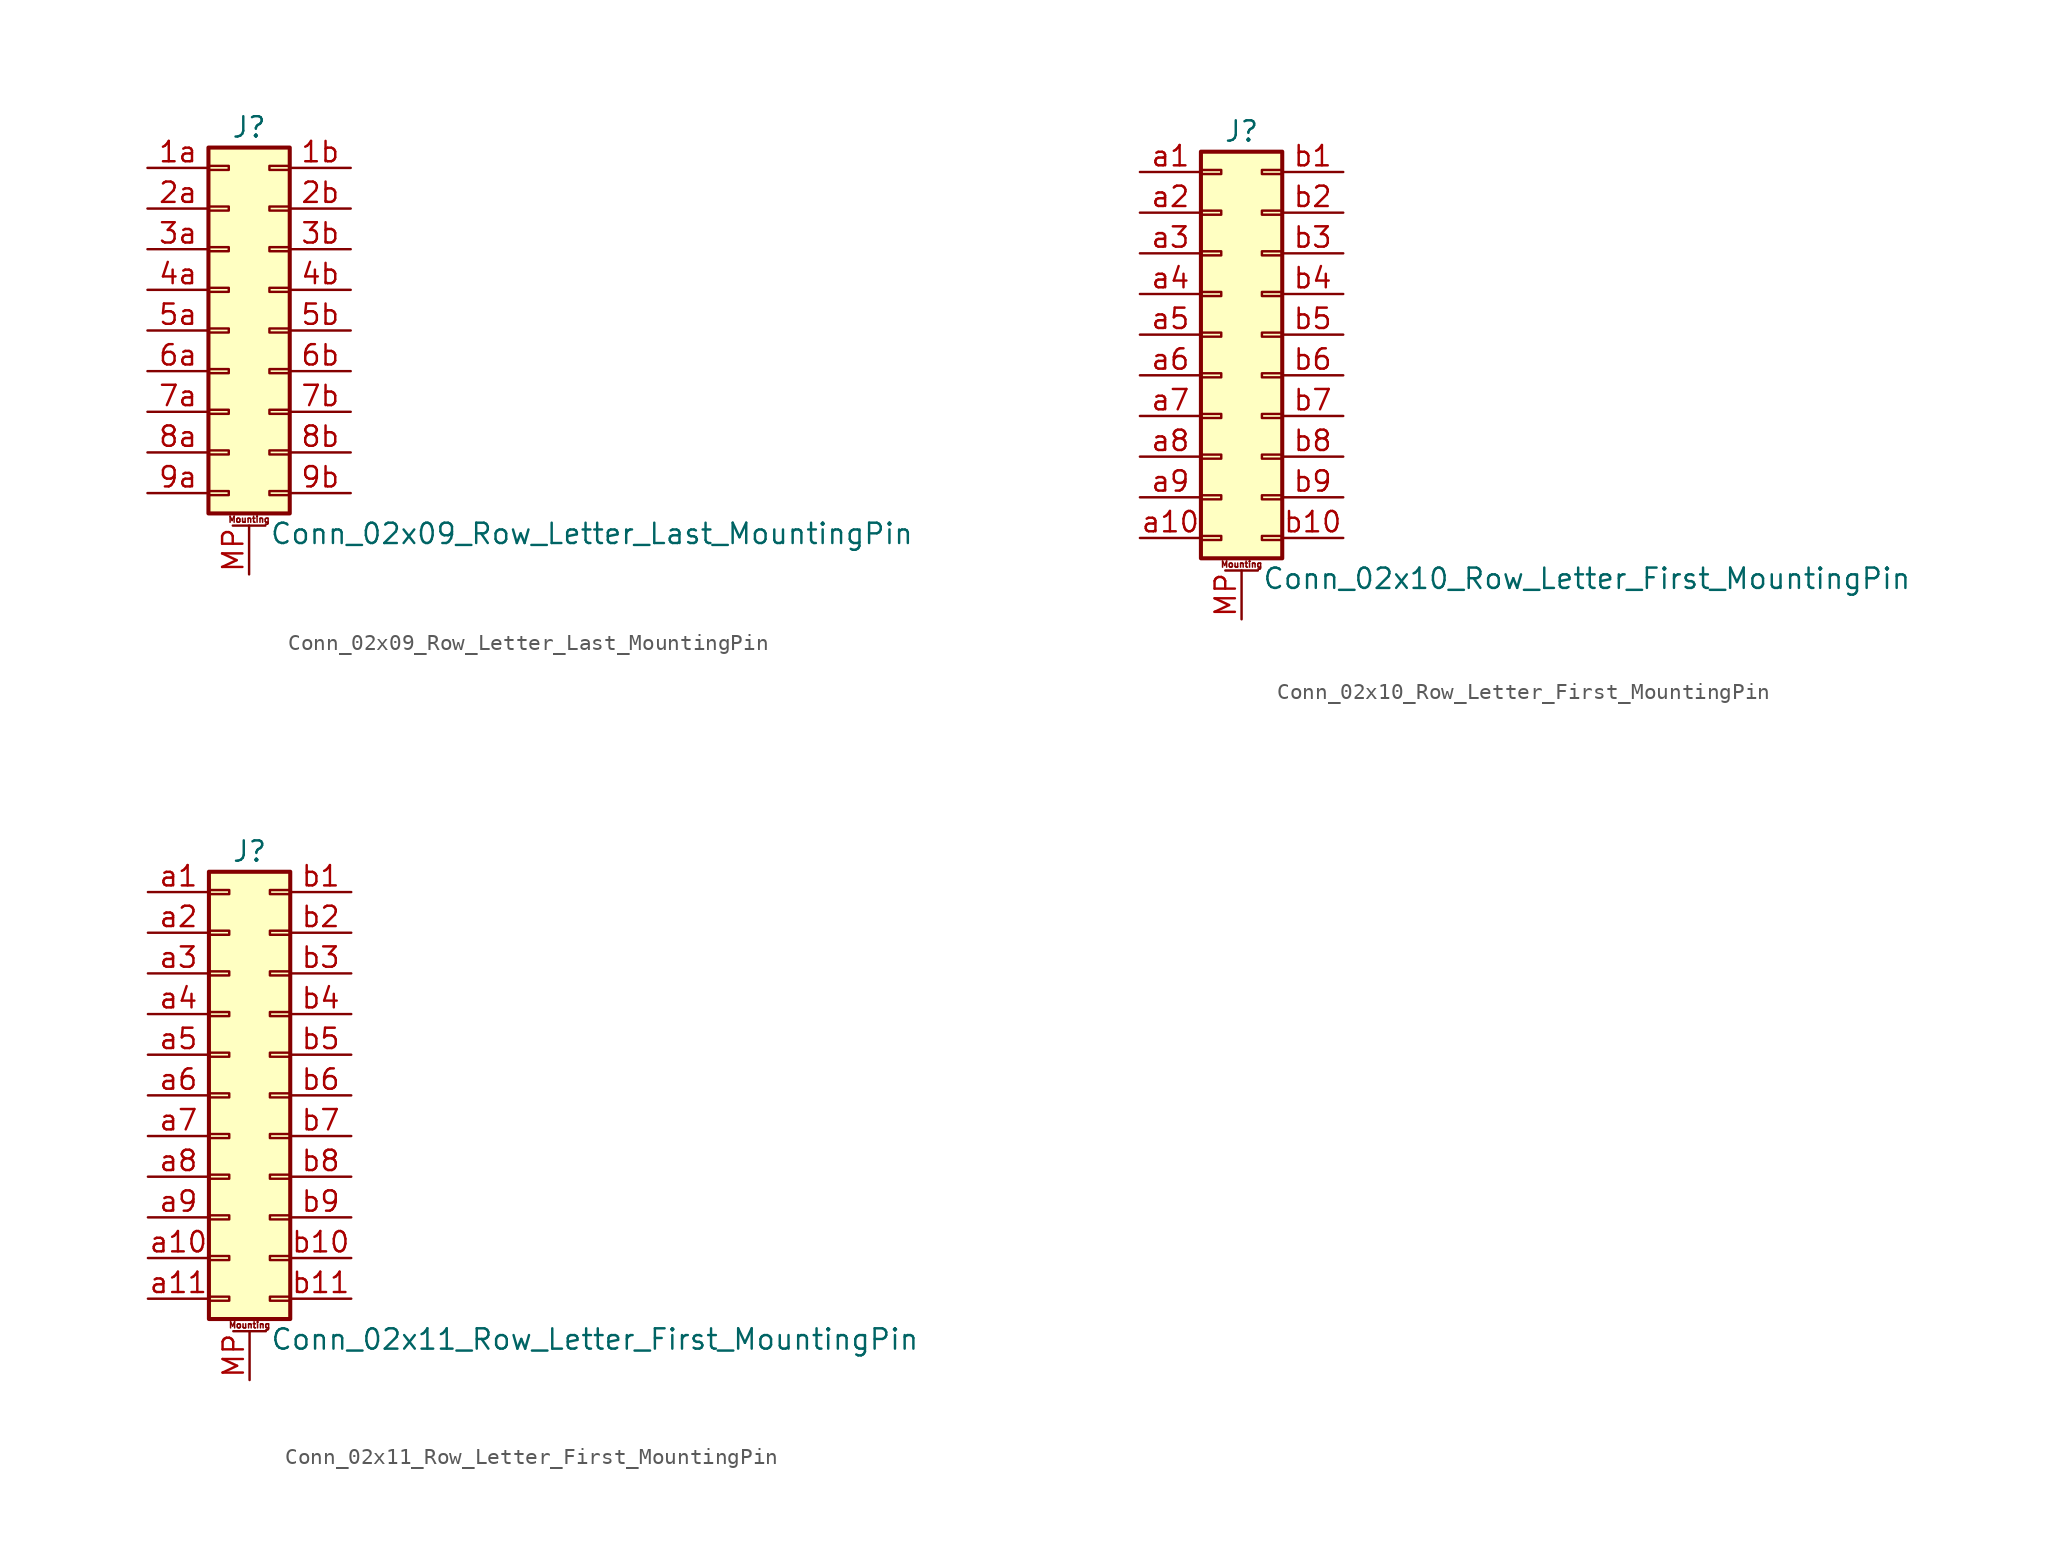
<source format=kicad_sym>
(kicad_symbol_lib
  (version 20201005)
  (generator kicad_symbol_editor)
  (symbol "Conn_02x09_Row_Letter_Last_MountingPin"
    (pin_names
      (offset 1.016) hide)
    (property "Reference" "J"
      (at 1.27 12.7 0)
      (effects (font (size 1.27 1.27))))
    (property "Value" "Conn_02x09_Row_Letter_Last_MountingPin"
      (at 2.54 -12.7 0)
      (effects (font (size 1.27 1.27)) (justify left)))
    (symbol "Conn_02x09_Row_Letter_Last_MountingPin_1_1"
      (text "Mounting" (at 1.27 -11.811 0) (effects (font (size 0.381 0.381))))
      (rectangle (start -1.27 -10.033) (end 0 -10.287) (stroke (width 0.152)) (fill (type none)))
      (rectangle (start -1.27 -7.493) (end 0 -7.747) (stroke (width 0.152)) (fill (type none)))
      (rectangle (start -1.27 -4.953) (end 0 -5.207) (stroke (width 0.152)) (fill (type none)))
      (rectangle (start -1.27 -2.413) (end 0 -2.667) (stroke (width 0.152)) (fill (type none)))
      (rectangle (start -1.27 0.127) (end 0 -0.127) (stroke (width 0.152)) (fill (type none)))
      (rectangle (start -1.27 2.667) (end 0 2.413) (stroke (width 0.152)) (fill (type none)))
      (rectangle (start -1.27 5.207) (end 0 4.953) (stroke (width 0.152)) (fill (type none)))
      (rectangle (start -1.27 7.747) (end 0 7.493) (stroke (width 0.152)) (fill (type none)))
      (rectangle (start -1.27 10.287) (end 0 10.033) (stroke (width 0.152)) (fill (type none)))
      (rectangle (start -1.27 11.43) (end 3.81 -11.43) (stroke (width 0.254)) (fill (type background)))
      (rectangle (start 3.81 -10.033) (end 2.54 -10.287) (stroke (width 0.152)) (fill (type none)))
      (rectangle (start 3.81 -7.493) (end 2.54 -7.747) (stroke (width 0.152)) (fill (type none)))
      (rectangle (start 3.81 -4.953) (end 2.54 -5.207) (stroke (width 0.152)) (fill (type none)))
      (rectangle (start 3.81 -2.413) (end 2.54 -2.667) (stroke (width 0.152)) (fill (type none)))
      (rectangle (start 3.81 0.127) (end 2.54 -0.127) (stroke (width 0.152)) (fill (type none)))
      (rectangle (start 3.81 2.667) (end 2.54 2.413) (stroke (width 0.152)) (fill (type none)))
      (rectangle (start 3.81 5.207) (end 2.54 4.953) (stroke (width 0.152)) (fill (type none)))
      (rectangle (start 3.81 7.747) (end 2.54 7.493) (stroke (width 0.152)) (fill (type none)))
      (rectangle (start 3.81 10.287) (end 2.54 10.033) (stroke (width 0.152)) (fill (type none)))
      (polyline (pts (xy 0.254 -12.192) (xy 2.286 -12.192)) (stroke (width 0.152)) (fill (type none)))
      (pin passive line (at -5.08 10.16 0) (length 3.81) (name "Pin_1a" (effects (font (size 1.27 1.27)))) (number "1a" (effects (font (size 1.27 1.27)))))
      (pin passive line (at 7.62 10.16 180) (length 3.81) (name "Pin_1b" (effects (font (size 1.27 1.27)))) (number "1b" (effects (font (size 1.27 1.27)))))
      (pin passive line (at -5.08 7.62 0) (length 3.81) (name "Pin_2a" (effects (font (size 1.27 1.27)))) (number "2a" (effects (font (size 1.27 1.27)))))
      (pin passive line (at 7.62 7.62 180) (length 3.81) (name "Pin_2b" (effects (font (size 1.27 1.27)))) (number "2b" (effects (font (size 1.27 1.27)))))
      (pin passive line (at -5.08 5.08 0) (length 3.81) (name "Pin_3a" (effects (font (size 1.27 1.27)))) (number "3a" (effects (font (size 1.27 1.27)))))
      (pin passive line (at 7.62 5.08 180) (length 3.81) (name "Pin_3b" (effects (font (size 1.27 1.27)))) (number "3b" (effects (font (size 1.27 1.27)))))
      (pin passive line (at -5.08 2.54 0) (length 3.81) (name "Pin_4a" (effects (font (size 1.27 1.27)))) (number "4a" (effects (font (size 1.27 1.27)))))
      (pin passive line (at 7.62 2.54 180) (length 3.81) (name "Pin_4b" (effects (font (size 1.27 1.27)))) (number "4b" (effects (font (size 1.27 1.27)))))
      (pin passive line (at -5.08 0 0) (length 3.81) (name "Pin_5a" (effects (font (size 1.27 1.27)))) (number "5a" (effects (font (size 1.27 1.27)))))
      (pin passive line (at 7.62 0 180) (length 3.81) (name "Pin_5b" (effects (font (size 1.27 1.27)))) (number "5b" (effects (font (size 1.27 1.27)))))
      (pin passive line (at -5.08 -2.54 0) (length 3.81) (name "Pin_6a" (effects (font (size 1.27 1.27)))) (number "6a" (effects (font (size 1.27 1.27)))))
      (pin passive line (at 7.62 -2.54 180) (length 3.81) (name "Pin_6b" (effects (font (size 1.27 1.27)))) (number "6b" (effects (font (size 1.27 1.27)))))
      (pin passive line (at -5.08 -5.08 0) (length 3.81) (name "Pin_7a" (effects (font (size 1.27 1.27)))) (number "7a" (effects (font (size 1.27 1.27)))))
      (pin passive line (at 7.62 -5.08 180) (length 3.81) (name "Pin_7b" (effects (font (size 1.27 1.27)))) (number "7b" (effects (font (size 1.27 1.27)))))
      (pin passive line (at -5.08 -7.62 0) (length 3.81) (name "Pin_8a" (effects (font (size 1.27 1.27)))) (number "8a" (effects (font (size 1.27 1.27)))))
      (pin passive line (at 7.62 -7.62 180) (length 3.81) (name "Pin_8b" (effects (font (size 1.27 1.27)))) (number "8b" (effects (font (size 1.27 1.27)))))
      (pin passive line (at -5.08 -10.16 0) (length 3.81) (name "Pin_9a" (effects (font (size 1.27 1.27)))) (number "9a" (effects (font (size 1.27 1.27)))))
      (pin passive line (at 7.62 -10.16 180) (length 3.81) (name "Pin_9b" (effects (font (size 1.27 1.27)))) (number "9b" (effects (font (size 1.27 1.27)))))
      (pin passive line (at 1.27 -15.24 90) (length 3.048) (name "MountPin" (effects (font (size 1.27 1.27)))) (number "MP" (effects (font (size 1.27 1.27)))))))
  (symbol "Conn_02x10_Row_Letter_First_MountingPin"
    (pin_names
      (offset 1.016) hide)
    (property "Reference" "J"
      (at 1.27 12.7 0)
      (effects (font (size 1.27 1.27))))
    (property "Value" "Conn_02x10_Row_Letter_First_MountingPin"
      (at 2.54 -15.24 0)
      (effects (font (size 1.27 1.27)) (justify left)))
    (symbol "Conn_02x10_Row_Letter_First_MountingPin_1_1"
      (text "Mounting" (at 1.27 -14.351 0) (effects (font (size 0.381 0.381))))
      (rectangle (start -1.27 -12.573) (end 0 -12.827) (stroke (width 0.152)) (fill (type none)))
      (rectangle (start -1.27 -10.033) (end 0 -10.287) (stroke (width 0.152)) (fill (type none)))
      (rectangle (start -1.27 -7.493) (end 0 -7.747) (stroke (width 0.152)) (fill (type none)))
      (rectangle (start -1.27 -4.953) (end 0 -5.207) (stroke (width 0.152)) (fill (type none)))
      (rectangle (start -1.27 -2.413) (end 0 -2.667) (stroke (width 0.152)) (fill (type none)))
      (rectangle (start -1.27 0.127) (end 0 -0.127) (stroke (width 0.152)) (fill (type none)))
      (rectangle (start -1.27 2.667) (end 0 2.413) (stroke (width 0.152)) (fill (type none)))
      (rectangle (start -1.27 5.207) (end 0 4.953) (stroke (width 0.152)) (fill (type none)))
      (rectangle (start -1.27 7.747) (end 0 7.493) (stroke (width 0.152)) (fill (type none)))
      (rectangle (start -1.27 10.287) (end 0 10.033) (stroke (width 0.152)) (fill (type none)))
      (rectangle (start -1.27 11.43) (end 3.81 -13.97) (stroke (width 0.254)) (fill (type background)))
      (rectangle (start 3.81 -12.573) (end 2.54 -12.827) (stroke (width 0.152)) (fill (type none)))
      (rectangle (start 3.81 -10.033) (end 2.54 -10.287) (stroke (width 0.152)) (fill (type none)))
      (rectangle (start 3.81 -7.493) (end 2.54 -7.747) (stroke (width 0.152)) (fill (type none)))
      (rectangle (start 3.81 -4.953) (end 2.54 -5.207) (stroke (width 0.152)) (fill (type none)))
      (rectangle (start 3.81 -2.413) (end 2.54 -2.667) (stroke (width 0.152)) (fill (type none)))
      (rectangle (start 3.81 0.127) (end 2.54 -0.127) (stroke (width 0.152)) (fill (type none)))
      (rectangle (start 3.81 2.667) (end 2.54 2.413) (stroke (width 0.152)) (fill (type none)))
      (rectangle (start 3.81 5.207) (end 2.54 4.953) (stroke (width 0.152)) (fill (type none)))
      (rectangle (start 3.81 7.747) (end 2.54 7.493) (stroke (width 0.152)) (fill (type none)))
      (rectangle (start 3.81 10.287) (end 2.54 10.033) (stroke (width 0.152)) (fill (type none)))
      (polyline (pts (xy 0.254 -14.732) (xy 2.286 -14.732)) (stroke (width 0.152)) (fill (type none)))
      (pin passive line (at 1.27 -17.78 90) (length 3.048) (name "MountPin" (effects (font (size 1.27 1.27)))) (number "MP" (effects (font (size 1.27 1.27)))))
      (pin passive line (at -5.08 10.16 0) (length 3.81) (name "Pin_a1" (effects (font (size 1.27 1.27)))) (number "a1" (effects (font (size 1.27 1.27)))))
      (pin passive line (at -5.08 -12.7 0) (length 3.81) (name "Pin_a10" (effects (font (size 1.27 1.27)))) (number "a10" (effects (font (size 1.27 1.27)))))
      (pin passive line (at -5.08 7.62 0) (length 3.81) (name "Pin_a2" (effects (font (size 1.27 1.27)))) (number "a2" (effects (font (size 1.27 1.27)))))
      (pin passive line (at -5.08 5.08 0) (length 3.81) (name "Pin_a3" (effects (font (size 1.27 1.27)))) (number "a3" (effects (font (size 1.27 1.27)))))
      (pin passive line (at -5.08 2.54 0) (length 3.81) (name "Pin_a4" (effects (font (size 1.27 1.27)))) (number "a4" (effects (font (size 1.27 1.27)))))
      (pin passive line (at -5.08 0 0) (length 3.81) (name "Pin_a5" (effects (font (size 1.27 1.27)))) (number "a5" (effects (font (size 1.27 1.27)))))
      (pin passive line (at -5.08 -2.54 0) (length 3.81) (name "Pin_a6" (effects (font (size 1.27 1.27)))) (number "a6" (effects (font (size 1.27 1.27)))))
      (pin passive line (at -5.08 -5.08 0) (length 3.81) (name "Pin_a7" (effects (font (size 1.27 1.27)))) (number "a7" (effects (font (size 1.27 1.27)))))
      (pin passive line (at -5.08 -7.62 0) (length 3.81) (name "Pin_a8" (effects (font (size 1.27 1.27)))) (number "a8" (effects (font (size 1.27 1.27)))))
      (pin passive line (at -5.08 -10.16 0) (length 3.81) (name "Pin_a9" (effects (font (size 1.27 1.27)))) (number "a9" (effects (font (size 1.27 1.27)))))
      (pin passive line (at 7.62 10.16 180) (length 3.81) (name "Pin_b1" (effects (font (size 1.27 1.27)))) (number "b1" (effects (font (size 1.27 1.27)))))
      (pin passive line (at 7.62 -12.7 180) (length 3.81) (name "Pin_b10" (effects (font (size 1.27 1.27)))) (number "b10" (effects (font (size 1.27 1.27)))))
      (pin passive line (at 7.62 7.62 180) (length 3.81) (name "Pin_b2" (effects (font (size 1.27 1.27)))) (number "b2" (effects (font (size 1.27 1.27)))))
      (pin passive line (at 7.62 5.08 180) (length 3.81) (name "Pin_b3" (effects (font (size 1.27 1.27)))) (number "b3" (effects (font (size 1.27 1.27)))))
      (pin passive line (at 7.62 2.54 180) (length 3.81) (name "Pin_b4" (effects (font (size 1.27 1.27)))) (number "b4" (effects (font (size 1.27 1.27)))))
      (pin passive line (at 7.62 0 180) (length 3.81) (name "Pin_b5" (effects (font (size 1.27 1.27)))) (number "b5" (effects (font (size 1.27 1.27)))))
      (pin passive line (at 7.62 -2.54 180) (length 3.81) (name "Pin_b6" (effects (font (size 1.27 1.27)))) (number "b6" (effects (font (size 1.27 1.27)))))
      (pin passive line (at 7.62 -5.08 180) (length 3.81) (name "Pin_b7" (effects (font (size 1.27 1.27)))) (number "b7" (effects (font (size 1.27 1.27)))))
      (pin passive line (at 7.62 -7.62 180) (length 3.81) (name "Pin_b8" (effects (font (size 1.27 1.27)))) (number "b8" (effects (font (size 1.27 1.27)))))
      (pin passive line (at 7.62 -10.16 180) (length 3.81) (name "Pin_b9" (effects (font (size 1.27 1.27)))) (number "b9" (effects (font (size 1.27 1.27)))))))
  (symbol "Conn_02x11_Row_Letter_First_MountingPin"
    (pin_names
      (offset 1.016) hide)
    (property "Reference" "J"
      (at 1.27 15.24 0)
      (effects (font (size 1.27 1.27))))
    (property "Value" "Conn_02x11_Row_Letter_First_MountingPin"
      (at 2.54 -15.24 0)
      (effects (font (size 1.27 1.27)) (justify left)))
    (symbol "Conn_02x11_Row_Letter_First_MountingPin_1_1"
      (text "Mounting" (at 1.27 -14.351 0) (effects (font (size 0.381 0.381))))
      (rectangle (start -1.27 -12.573) (end 0 -12.827) (stroke (width 0.152)) (fill (type none)))
      (rectangle (start -1.27 -10.033) (end 0 -10.287) (stroke (width 0.152)) (fill (type none)))
      (rectangle (start -1.27 -7.493) (end 0 -7.747) (stroke (width 0.152)) (fill (type none)))
      (rectangle (start -1.27 -4.953) (end 0 -5.207) (stroke (width 0.152)) (fill (type none)))
      (rectangle (start -1.27 -2.413) (end 0 -2.667) (stroke (width 0.152)) (fill (type none)))
      (rectangle (start -1.27 0.127) (end 0 -0.127) (stroke (width 0.152)) (fill (type none)))
      (rectangle (start -1.27 2.667) (end 0 2.413) (stroke (width 0.152)) (fill (type none)))
      (rectangle (start -1.27 5.207) (end 0 4.953) (stroke (width 0.152)) (fill (type none)))
      (rectangle (start -1.27 7.747) (end 0 7.493) (stroke (width 0.152)) (fill (type none)))
      (rectangle (start -1.27 10.287) (end 0 10.033) (stroke (width 0.152)) (fill (type none)))
      (rectangle (start -1.27 12.827) (end 0 12.573) (stroke (width 0.152)) (fill (type none)))
      (rectangle (start -1.27 13.97) (end 3.81 -13.97) (stroke (width 0.254)) (fill (type background)))
      (rectangle (start 3.81 -12.573) (end 2.54 -12.827) (stroke (width 0.152)) (fill (type none)))
      (rectangle (start 3.81 -10.033) (end 2.54 -10.287) (stroke (width 0.152)) (fill (type none)))
      (rectangle (start 3.81 -7.493) (end 2.54 -7.747) (stroke (width 0.152)) (fill (type none)))
      (rectangle (start 3.81 -4.953) (end 2.54 -5.207) (stroke (width 0.152)) (fill (type none)))
      (rectangle (start 3.81 -2.413) (end 2.54 -2.667) (stroke (width 0.152)) (fill (type none)))
      (rectangle (start 3.81 0.127) (end 2.54 -0.127) (stroke (width 0.152)) (fill (type none)))
      (rectangle (start 3.81 2.667) (end 2.54 2.413) (stroke (width 0.152)) (fill (type none)))
      (rectangle (start 3.81 5.207) (end 2.54 4.953) (stroke (width 0.152)) (fill (type none)))
      (rectangle (start 3.81 7.747) (end 2.54 7.493) (stroke (width 0.152)) (fill (type none)))
      (rectangle (start 3.81 10.287) (end 2.54 10.033) (stroke (width 0.152)) (fill (type none)))
      (rectangle (start 3.81 12.827) (end 2.54 12.573) (stroke (width 0.152)) (fill (type none)))
      (polyline (pts (xy 0.254 -14.732) (xy 2.286 -14.732)) (stroke (width 0.152)) (fill (type none)))
      (pin passive line (at 1.27 -17.78 90) (length 3.048) (name "MountPin" (effects (font (size 1.27 1.27)))) (number "MP" (effects (font (size 1.27 1.27)))))
      (pin passive line (at -5.08 12.7 0) (length 3.81) (name "Pin_a1" (effects (font (size 1.27 1.27)))) (number "a1" (effects (font (size 1.27 1.27)))))
      (pin passive line (at -5.08 -10.16 0) (length 3.81) (name "Pin_a10" (effects (font (size 1.27 1.27)))) (number "a10" (effects (font (size 1.27 1.27)))))
      (pin passive line (at -5.08 -12.7 0) (length 3.81) (name "Pin_a11" (effects (font (size 1.27 1.27)))) (number "a11" (effects (font (size 1.27 1.27)))))
      (pin passive line (at -5.08 10.16 0) (length 3.81) (name "Pin_a2" (effects (font (size 1.27 1.27)))) (number "a2" (effects (font (size 1.27 1.27)))))
      (pin passive line (at -5.08 7.62 0) (length 3.81) (name "Pin_a3" (effects (font (size 1.27 1.27)))) (number "a3" (effects (font (size 1.27 1.27)))))
      (pin passive line (at -5.08 5.08 0) (length 3.81) (name "Pin_a4" (effects (font (size 1.27 1.27)))) (number "a4" (effects (font (size 1.27 1.27)))))
      (pin passive line (at -5.08 2.54 0) (length 3.81) (name "Pin_a5" (effects (font (size 1.27 1.27)))) (number "a5" (effects (font (size 1.27 1.27)))))
      (pin passive line (at -5.08 0 0) (length 3.81) (name "Pin_a6" (effects (font (size 1.27 1.27)))) (number "a6" (effects (font (size 1.27 1.27)))))
      (pin passive line (at -5.08 -2.54 0) (length 3.81) (name "Pin_a7" (effects (font (size 1.27 1.27)))) (number "a7" (effects (font (size 1.27 1.27)))))
      (pin passive line (at -5.08 -5.08 0) (length 3.81) (name "Pin_a8" (effects (font (size 1.27 1.27)))) (number "a8" (effects (font (size 1.27 1.27)))))
      (pin passive line (at -5.08 -7.62 0) (length 3.81) (name "Pin_a9" (effects (font (size 1.27 1.27)))) (number "a9" (effects (font (size 1.27 1.27)))))
      (pin passive line (at 7.62 12.7 180) (length 3.81) (name "Pin_b1" (effects (font (size 1.27 1.27)))) (number "b1" (effects (font (size 1.27 1.27)))))
      (pin passive line (at 7.62 -10.16 180) (length 3.81) (name "Pin_b10" (effects (font (size 1.27 1.27)))) (number "b10" (effects (font (size 1.27 1.27)))))
      (pin passive line (at 7.62 -12.7 180) (length 3.81) (name "Pin_b11" (effects (font (size 1.27 1.27)))) (number "b11" (effects (font (size 1.27 1.27)))))
      (pin passive line (at 7.62 10.16 180) (length 3.81) (name "Pin_b2" (effects (font (size 1.27 1.27)))) (number "b2" (effects (font (size 1.27 1.27)))))
      (pin passive line (at 7.62 7.62 180) (length 3.81) (name "Pin_b3" (effects (font (size 1.27 1.27)))) (number "b3" (effects (font (size 1.27 1.27)))))
      (pin passive line (at 7.62 5.08 180) (length 3.81) (name "Pin_b4" (effects (font (size 1.27 1.27)))) (number "b4" (effects (font (size 1.27 1.27)))))
      (pin passive line (at 7.62 2.54 180) (length 3.81) (name "Pin_b5" (effects (font (size 1.27 1.27)))) (number "b5" (effects (font (size 1.27 1.27)))))
      (pin passive line (at 7.62 0 180) (length 3.81) (name "Pin_b6" (effects (font (size 1.27 1.27)))) (number "b6" (effects (font (size 1.27 1.27)))))
      (pin passive line (at 7.62 -2.54 180) (length 3.81) (name "Pin_b7" (effects (font (size 1.27 1.27)))) (number "b7" (effects (font (size 1.27 1.27)))))
      (pin passive line (at 7.62 -5.08 180) (length 3.81) (name "Pin_b8" (effects (font (size 1.27 1.27)))) (number "b8" (effects (font (size 1.27 1.27)))))
      (pin passive line (at 7.62 -7.62 180) (length 3.81) (name "Pin_b9" (effects (font (size 1.27 1.27)))) (number "b9" (effects (font (size 1.27 1.27))))))))
</source>
